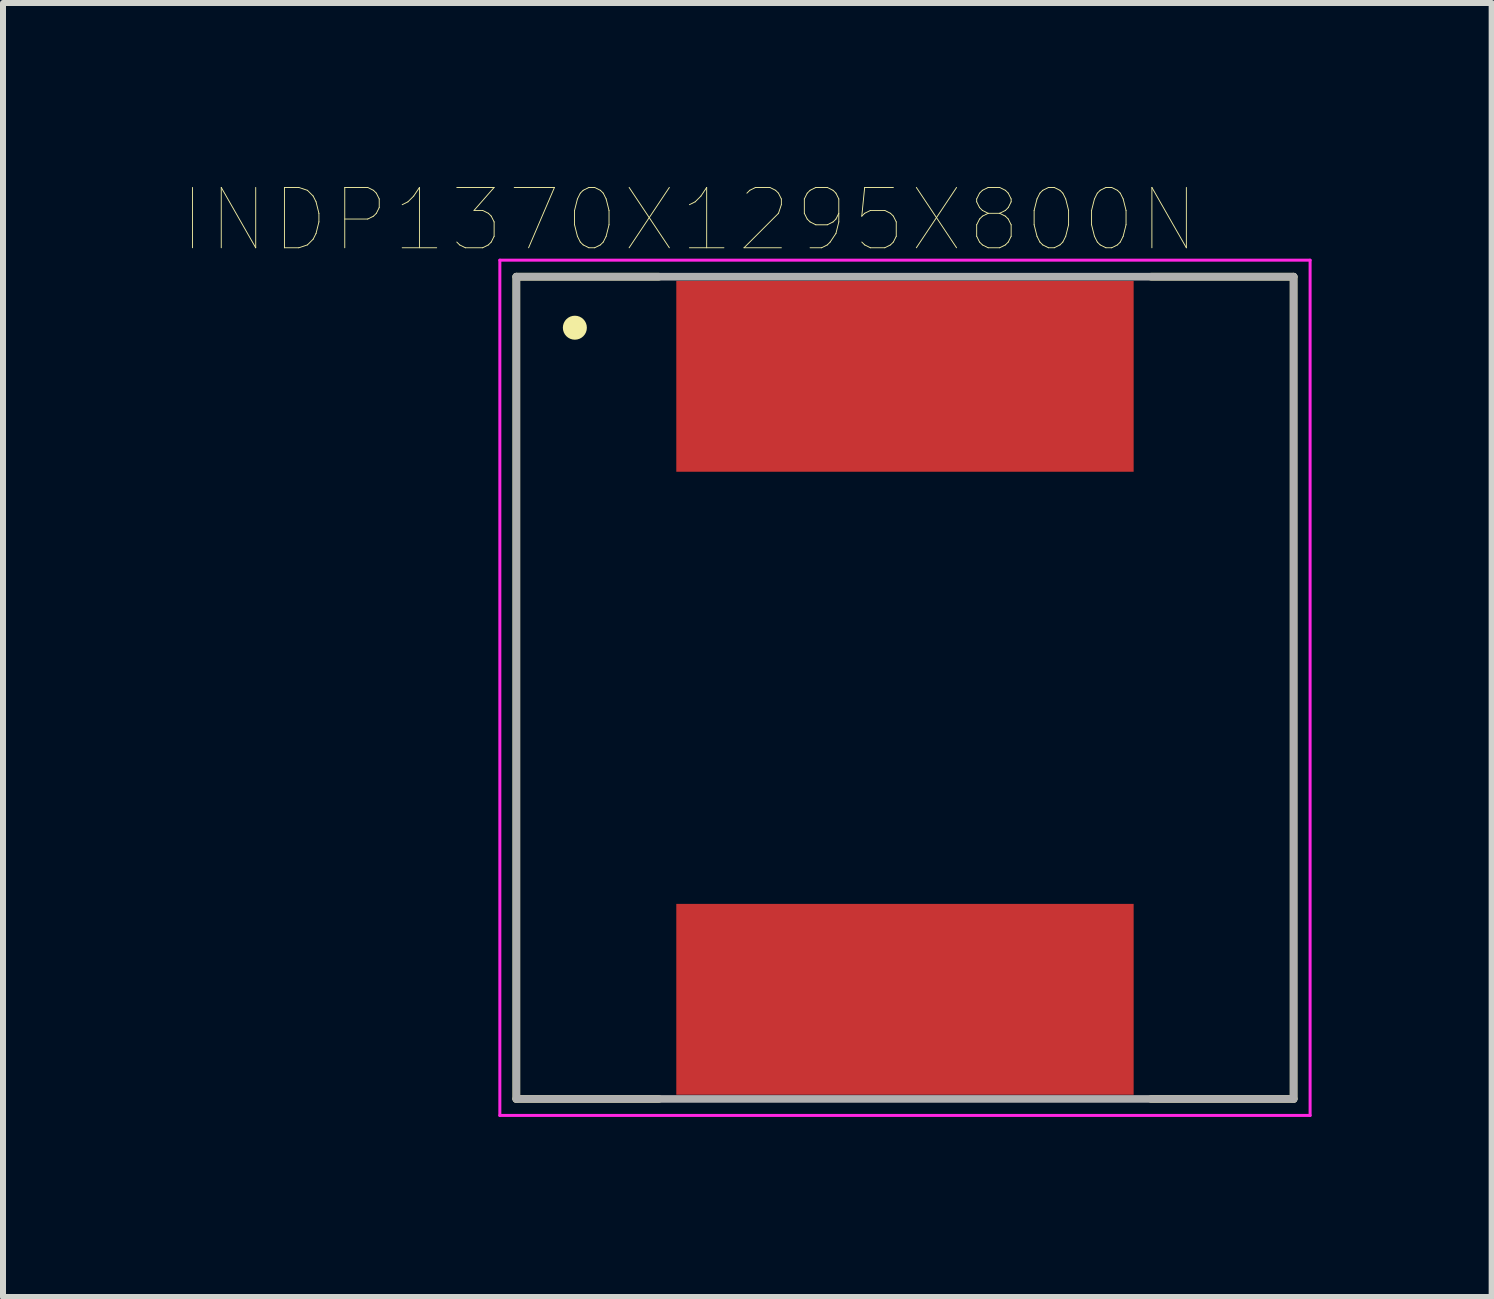
<source format=kicad_pcb>
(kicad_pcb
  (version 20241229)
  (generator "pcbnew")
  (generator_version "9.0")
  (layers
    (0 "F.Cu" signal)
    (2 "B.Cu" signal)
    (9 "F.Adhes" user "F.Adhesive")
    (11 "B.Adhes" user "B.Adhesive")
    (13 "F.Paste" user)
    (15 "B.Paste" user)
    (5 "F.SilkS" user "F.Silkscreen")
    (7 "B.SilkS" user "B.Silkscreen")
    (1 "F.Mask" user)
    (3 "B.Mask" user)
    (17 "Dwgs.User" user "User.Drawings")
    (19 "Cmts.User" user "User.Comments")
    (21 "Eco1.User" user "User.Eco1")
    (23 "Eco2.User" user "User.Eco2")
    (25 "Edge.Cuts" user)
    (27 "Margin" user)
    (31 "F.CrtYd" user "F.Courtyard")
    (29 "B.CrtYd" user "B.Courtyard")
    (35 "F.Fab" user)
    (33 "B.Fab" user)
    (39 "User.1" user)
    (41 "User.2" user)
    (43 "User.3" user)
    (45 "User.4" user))
  (footprint "INDP1370X1295X800N"
    (layer "F.Cu")
    (at 12.028 8.41)
    (property "Reference" "INDP1370X1295X800N" (at -3.591 -7.796 0) (layer "F.SilkS") (effects (font (size 1.005 1.005) (thickness 0.015))))
    (attr through_hole)
    (fp_line (start -6.475 -6.85) (end -6.475 6.85) (stroke (width 0.127) (type solid)) (layer "F.SilkS"))
    (fp_line (start -6.475 6.85) (end -4.1 6.85) (stroke (width 0.127) (type solid)) (layer "F.SilkS"))
    (fp_line (start -4.1 -6.85) (end -6.475 -6.85) (stroke (width 0.127) (type solid)) (layer "F.SilkS"))
    (fp_line (start 4.1 -6.85) (end 6.475 -6.85) (stroke (width 0.127) (type solid)) (layer "F.SilkS"))
    (fp_line (start 6.475 -6.85) (end 6.475 6.85) (stroke (width 0.127) (type solid)) (layer "F.SilkS"))
    (fp_line (start 6.475 6.85) (end 4.1 6.85) (stroke (width 0.127) (type solid)) (layer "F.SilkS"))
    (fp_circle (center -5.5 -6) (end -5.4 -6) (stroke (width 0.2) (type solid)) (fill no) (layer "F.SilkS"))
    (fp_line (start -6.75 -7.125) (end -6.75 7.125) (stroke (width 0.05) (type solid)) (layer "F.CrtYd"))
    (fp_line (start -6.75 7.125) (end 6.75 7.125) (stroke (width 0.05) (type solid)) (layer "F.CrtYd"))
    (fp_line (start 6.75 -7.125) (end -6.75 -7.125) (stroke (width 0.05) (type solid)) (layer "F.CrtYd"))
    (fp_line (start 6.75 7.125) (end 6.75 -7.125) (stroke (width 0.05) (type solid)) (layer "F.CrtYd"))
    (fp_line (start -6.475 -6.85) (end 6.475 -6.85) (stroke (width 0.127) (type solid)) (layer "F.Fab"))
    (fp_line (start -6.475 6.85) (end -6.475 -6.85) (stroke (width 0.127) (type solid)) (layer "F.Fab"))
    (fp_line (start 6.475 -6.85) (end 6.475 6.85) (stroke (width 0.127) (type solid)) (layer "F.Fab"))
    (fp_line (start 6.475 6.85) (end -6.475 6.85) (stroke (width 0.127) (type solid)) (layer "F.Fab"))
    (pad "1" smd rect (at 0 -5.19) (size 7.62 3.18) (layers "F.Cu" "F.Mask" "F.Paste"))
    (pad "2" smd rect (at 0 5.19) (size 7.62 3.18) (layers "F.Cu" "F.Mask" "F.Paste")))
  (gr_rect
    (start -3 -3)
    (end 21.803 18.56)
    (stroke (width 0.1) (type default))
    (fill no)
    (layer "Edge.Cuts")))
</source>
